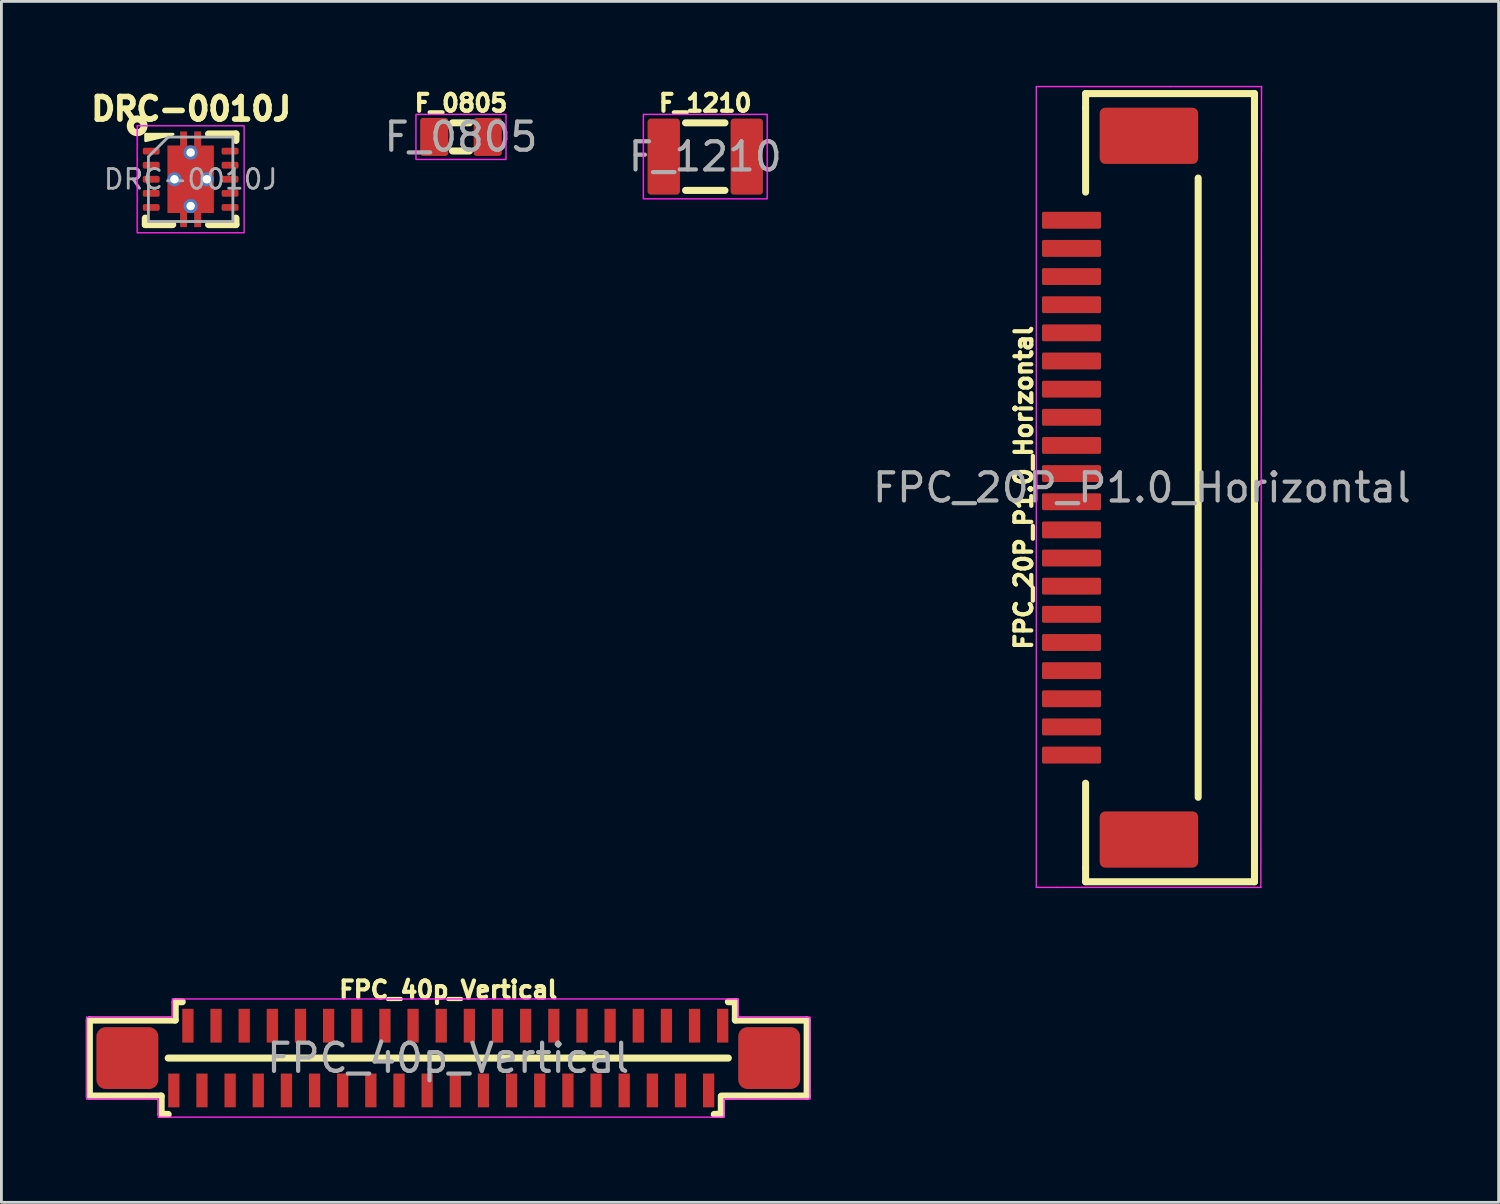
<source format=kicad_pcb>
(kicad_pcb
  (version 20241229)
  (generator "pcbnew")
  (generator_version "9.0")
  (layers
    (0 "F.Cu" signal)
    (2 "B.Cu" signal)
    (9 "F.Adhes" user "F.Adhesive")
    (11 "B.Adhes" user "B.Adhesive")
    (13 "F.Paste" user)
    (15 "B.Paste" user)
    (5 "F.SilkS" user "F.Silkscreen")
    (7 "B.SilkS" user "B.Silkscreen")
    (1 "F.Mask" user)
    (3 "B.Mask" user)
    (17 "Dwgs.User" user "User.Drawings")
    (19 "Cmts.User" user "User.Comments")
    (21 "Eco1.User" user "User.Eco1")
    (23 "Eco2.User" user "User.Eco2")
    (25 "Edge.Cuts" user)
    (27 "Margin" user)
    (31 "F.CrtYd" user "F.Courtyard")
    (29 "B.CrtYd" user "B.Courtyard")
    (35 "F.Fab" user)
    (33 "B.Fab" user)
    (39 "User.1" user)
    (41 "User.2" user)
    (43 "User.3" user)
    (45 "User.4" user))
  (footprint "DRC-0010J"
    (layer "F.Cu")
    (at 3.723 3.319)
    (property "Reference" "DRC-0010J" (at 0.02 -2.5 0) (layer "F.SilkS") (effects (font (size 0.8 0.8) (thickness 0.2) (bold yes))))
    (attr smd)
    (fp_line (start -1.61 1.38) (end -1.61 1.61) (stroke (width 0.25) (type solid)) (layer "F.SilkS"))
    (fp_line (start -1.61 1.61) (end -0.635 1.61) (stroke (width 0.25) (type solid)) (layer "F.SilkS"))
    (fp_line (start 0.635 -1.61) (end 1.61 -1.61) (stroke (width 0.25) (type solid)) (layer "F.SilkS"))
    (fp_line (start 0.635 1.61) (end 1.61 1.61) (stroke (width 0.25) (type solid)) (layer "F.SilkS"))
    (fp_line (start 1.61 -1.61) (end 1.61 -1.38) (stroke (width 0.25) (type solid)) (layer "F.SilkS"))
    (fp_line (start 1.61 1.38) (end 1.61 1.61) (stroke (width 0.25) (type solid)) (layer "F.SilkS"))
    (fp_circle (center -1.9 -1.9) (end -1.9 -1.78) (stroke (width 0.25) (type solid)) (fill no) (layer "F.SilkS"))
    (fp_poly (pts (xy -0.625 -1.6) (xy -1.6 -1.6) (xy -1.6 -1.37)) (stroke (width 0.1) (type solid)) (fill yes) (layer "F.SilkS"))
    (fp_rect (start -1.9 -1.9) (end 1.9 1.9) (stroke (width 0.05) (type default)) (fill no) (layer "F.CrtYd"))
    (fp_line (start -1.5 -0.8) (end -1.5 1.5) (stroke (width 0.1) (type solid)) (layer "F.Fab"))
    (fp_line (start -1.5 -0.8) (end -0.8 -1.5) (stroke (width 0.1) (type solid)) (layer "F.Fab"))
    (fp_line (start -1.5 1.5) (end 1.5 1.5) (stroke (width 0.1) (type solid)) (layer "F.Fab"))
    (fp_line (start -0.8 -1.5) (end 1.5 -1.5) (stroke (width 0.1) (type solid)) (layer "F.Fab"))
    (fp_line (start 1.5 -1.5) (end 1.5 1.5) (stroke (width 0.1) (type solid)) (layer "F.Fab"))
    (fp_text user "${REFERENCE}" (at 0 0 0) (layer "F.Fab") (effects (font (size 0.7 0.7) (thickness 0.1))))
    (pad "" smd roundrect (at -0.25 -1.53) (size 0.25 0.34) (layers "F.Paste") (roundrect_rratio 0.1))
    (pad "" smd roundrect (at -0.25 1.53) (size 0.25 0.34) (layers "F.Paste") (roundrect_rratio 0.1))
    (pad "" smd roundrect (at 0 -0.63) (size 1.5 1.06) (layers "F.Paste") (roundrect_rratio 0.1))
    (pad "" smd roundrect (at 0 0.63) (size 1.5 1.06) (layers "F.Paste") (roundrect_rratio 0.1))
    (pad "" smd roundrect (at 0.25 -1.53) (size 0.25 0.34) (layers "F.Paste") (roundrect_rratio 0.1))
    (pad "" smd roundrect (at 0.25 1.53) (size 0.25 0.34) (layers "F.Paste") (roundrect_rratio 0.1))
    (pad "1" smd roundrect (at -1.4 -1) (size 0.6 0.24) (layers "F.Cu" "F.Mask" "F.Paste") (roundrect_rratio 0.25))
    (pad "2" smd roundrect (at -1.4 -0.5) (size 0.6 0.24) (layers "F.Cu" "F.Mask" "F.Paste") (roundrect_rratio 0.25))
    (pad "3" smd roundrect (at -1.4 0) (size 0.6 0.24) (layers "F.Cu" "F.Mask" "F.Paste") (roundrect_rratio 0.25))
    (pad "4" smd roundrect (at -1.4 0.5) (size 0.6 0.24) (layers "F.Cu" "F.Mask" "F.Paste") (roundrect_rratio 0.25))
    (pad "5" smd roundrect (at -1.4 1) (size 0.6 0.24) (layers "F.Cu" "F.Mask" "F.Paste") (roundrect_rratio 0.25))
    (pad "6" smd roundrect (at 1.4 1) (size 0.6 0.24) (layers "F.Cu" "F.Mask" "F.Paste") (roundrect_rratio 0.25))
    (pad "7" smd roundrect (at 1.4 0.5) (size 0.6 0.24) (layers "F.Cu" "F.Mask" "F.Paste") (roundrect_rratio 0.25))
    (pad "8" smd roundrect (at 1.4 0) (size 0.6 0.24) (layers "F.Cu" "F.Mask" "F.Paste") (roundrect_rratio 0.25))
    (pad "9" smd roundrect (at 1.4 -0.5) (size 0.6 0.24) (layers "F.Cu" "F.Mask" "F.Paste") (roundrect_rratio 0.25))
    (pad "10" smd roundrect (at 1.4 -1) (size 0.6 0.24) (layers "F.Cu" "F.Mask" "F.Paste") (roundrect_rratio 0.25))
    (pad "11" thru_hole circle (at -0.575 0) (size 0.5 0.5) (drill 0.3) (layers "*.Cu"))
    (pad "11" thru_hole circle (at 0 -0.95) (size 0.5 0.5) (drill 0.3) (layers "*.Cu"))
    (pad "11" smd custom (at 0 0) (size 1.65 2.4) (layers "F.Cu" "F.Mask") (options (anchor rect)) (primitives (gr_poly (pts (xy -0.125 -1.1) (xy 0.125 -1.1) (xy 0.125 -1.7) (xy 0.375 -1.7) (xy 0.375 1.7) (xy 0.125 1.7) (xy 0.125 1.1) (xy -0.125 1.1) (xy -0.125 1.7) (xy -0.375 1.7) (xy -0.375 -1.7) (xy -0.125 -1.7)) (width 0) (fill yes))))
    (pad "11" thru_hole circle (at 0 0.95) (size 0.5 0.5) (drill 0.3) (layers "*.Cu"))
    (pad "11" thru_hole circle (at 0.575 0) (size 0.5 0.5) (drill 0.3) (layers "*.Cu")))
  (footprint "F_0805"
    (layer "F.Cu")
    (at 13.327 1.814)
    (property "Reference" "F_0805" (at 0 -1.2 0) (unlocked yes) (layer "F.SilkS") (effects (font (size 0.6 0.6) (thickness 0.15) (bold yes))))
    (attr smd)
    (fp_line (start -0.3 -0.5) (end 0.3 -0.5) (stroke (width 0.25) (type default)) (layer "F.SilkS"))
    (fp_line (start -0.3 0.5) (end 0.3 0.5) (stroke (width 0.25) (type default)) (layer "F.SilkS"))
    (fp_rect (start -1.6 -0.8) (end 1.6 0.8) (stroke (width 0.05) (type default)) (fill no) (layer "F.CrtYd"))
    (fp_text user "${REFERENCE}" (at 0 0 0) (unlocked yes) (layer "F.Fab") (effects (font (size 1 1) (thickness 0.15))))
    (pad "1" smd roundrect (at -0.95 0) (size 1 1.35) (layers "F.Cu" "F.Mask" "F.Paste") (roundrect_rratio 0.1))
    (pad "2" smd roundrect (at 0.95 0) (size 1 1.35) (layers "F.Cu" "F.Mask" "F.Paste") (roundrect_rratio 0.1)))
  (footprint "F_1210"
    (layer "F.Cu")
    (at 22.005 2.514)
    (property "Reference" "F_1210" (at 0 -1.9 0) (unlocked yes) (layer "F.SilkS") (effects (font (size 0.6 0.6) (thickness 0.15) (bold yes))))
    (attr smd)
    (fp_line (start -0.7 -1.2) (end 0.7 -1.2) (stroke (width 0.25) (type default)) (layer "F.SilkS"))
    (fp_line (start -0.7 1.2) (end 0.7 1.2) (stroke (width 0.25) (type default)) (layer "F.SilkS"))
    (fp_rect (start -2.2 -1.5) (end 2.2 1.5) (stroke (width 0.05) (type default)) (fill no) (layer "F.CrtYd"))
    (fp_text user "${REFERENCE}" (at 0 0 0) (unlocked yes) (layer "F.Fab") (effects (font (size 1 1) (thickness 0.15))))
    (pad "1" smd roundrect (at -1.475 0) (size 1.15 2.7) (layers "F.Cu" "F.Mask" "F.Paste") (roundrect_rratio 0.1))
    (pad "2" smd roundrect (at 1.475 0) (size 1.15 2.7) (layers "F.Cu" "F.Mask" "F.Paste") (roundrect_rratio 0.1)))
  (footprint "FPC_40p_Vertical"
    (layer "F.Cu")
    (at 12.875 34.539)
    (property "Reference" "FPC_40p_Vertical" (at 0 -2.425 0) (unlocked yes) (layer "F.SilkS") (effects (font (size 0.6 0.6) (thickness 0.15))))
    (attr smd)
    (fp_line (start -12.75 -1.35) (end -9.7 -1.35) (stroke (width 0.25) (type solid)) (layer "F.SilkS"))
    (fp_line (start -12.75 1.35) (end -12.75 -1.35) (stroke (width 0.25) (type solid)) (layer "F.SilkS"))
    (fp_line (start -10.2 1.35) (end -12.75 1.35) (stroke (width 0.25) (type solid)) (layer "F.SilkS"))
    (fp_line (start -10.2 2) (end -10.2 1.35) (stroke (width 0.25) (type solid)) (layer "F.SilkS"))
    (fp_line (start -10.2 2) (end -9.95 2) (stroke (width 0.25) (type solid)) (layer "F.SilkS"))
    (fp_line (start -9.95 0) (end 9.95 0) (stroke (width 0.25) (type solid)) (layer "F.SilkS"))
    (fp_line (start -9.7 -2) (end -9.45 -2) (stroke (width 0.25) (type solid)) (layer "F.SilkS"))
    (fp_line (start -9.7 -1.35) (end -9.7 -2) (stroke (width 0.25) (type solid)) (layer "F.SilkS"))
    (fp_line (start 9.7 1.35) (end 12.75 1.35) (stroke (width 0.25) (type solid)) (layer "F.SilkS"))
    (fp_line (start 9.7 1.4) (end 9.7 1.35) (stroke (width 0.12) (type solid)) (layer "F.SilkS"))
    (fp_line (start 9.7 2) (end 9.45 2) (stroke (width 0.25) (type solid)) (layer "F.SilkS"))
    (fp_line (start 9.7 2) (end 9.7 1.4) (stroke (width 0.25) (type solid)) (layer "F.SilkS"))
    (fp_line (start 10.2 -2) (end 9.95 -2) (stroke (width 0.25) (type solid)) (layer "F.SilkS"))
    (fp_line (start 10.2 -1.35) (end 10.2 -2) (stroke (width 0.25) (type solid)) (layer "F.SilkS"))
    (fp_line (start 12.75 -1.35) (end 10.2 -1.35) (stroke (width 0.25) (type solid)) (layer "F.SilkS"))
    (fp_line (start 12.75 1.35) (end 12.75 -1.35) (stroke (width 0.25) (type solid)) (layer "F.SilkS"))
    (fp_line (start -12.85 -1.45) (end -9.8 -1.45) (stroke (width 0.05) (type solid)) (layer "F.CrtYd"))
    (fp_line (start -12.85 1.45) (end -12.85 -1.45) (stroke (width 0.05) (type solid)) (layer "F.CrtYd"))
    (fp_line (start -10.3 1.45) (end -12.85 1.45) (stroke (width 0.05) (type solid)) (layer "F.CrtYd"))
    (fp_line (start -10.3 2.1) (end -10.3 1.45) (stroke (width 0.05) (type solid)) (layer "F.CrtYd"))
    (fp_line (start -9.8 -2.1) (end 10.3 -2.1) (stroke (width 0.05) (type solid)) (layer "F.CrtYd"))
    (fp_line (start -9.8 -1.45) (end -9.8 -2.1) (stroke (width 0.05) (type solid)) (layer "F.CrtYd"))
    (fp_line (start 9.8 1.45) (end 9.8 2.1) (stroke (width 0.05) (type solid)) (layer "F.CrtYd"))
    (fp_line (start 9.8 2.1) (end -10.3 2.1) (stroke (width 0.05) (type solid)) (layer "F.CrtYd"))
    (fp_line (start 10.3 -2.1) (end 10.3 -1.45) (stroke (width 0.05) (type solid)) (layer "F.CrtYd"))
    (fp_line (start 10.3 -1.45) (end 12.85 -1.45) (stroke (width 0.05) (type solid)) (layer "F.CrtYd"))
    (fp_line (start 12.85 -1.45) (end 12.85 1.45) (stroke (width 0.05) (type solid)) (layer "F.CrtYd"))
    (fp_line (start 12.85 1.45) (end 9.8 1.45) (stroke (width 0.05) (type solid)) (layer "F.CrtYd"))
    (fp_text user "${REFERENCE}" (at 0 0 0) (unlocked yes) (layer "F.Fab") (effects (font (size 1 1) (thickness 0.15))))
    (pad "1" smd rect (at -9.75 1.15 90) (size 1.2 0.4) (layers "F.Cu" "F.Mask" "F.Paste"))
    (pad "2" smd rect (at -9.25 -1.15 90) (size 1.2 0.4) (layers "F.Cu" "F.Mask" "F.Paste"))
    (pad "3" smd rect (at -8.75 1.15 90) (size 1.2 0.4) (layers "F.Cu" "F.Mask" "F.Paste"))
    (pad "4" smd rect (at -8.25 -1.15 90) (size 1.2 0.4) (layers "F.Cu" "F.Mask" "F.Paste"))
    (pad "5" smd rect (at -7.75 1.15 90) (size 1.2 0.4) (layers "F.Cu" "F.Mask" "F.Paste"))
    (pad "6" smd rect (at -7.25 -1.15 90) (size 1.2 0.4) (layers "F.Cu" "F.Mask" "F.Paste"))
    (pad "7" smd rect (at -6.75 1.15 90) (size 1.2 0.4) (layers "F.Cu" "F.Mask" "F.Paste"))
    (pad "8" smd rect (at -6.25 -1.15 90) (size 1.2 0.4) (layers "F.Cu" "F.Mask" "F.Paste"))
    (pad "9" smd rect (at -5.75 1.15 90) (size 1.2 0.4) (layers "F.Cu" "F.Mask" "F.Paste"))
    (pad "10" smd rect (at -5.25 -1.15 90) (size 1.2 0.4) (layers "F.Cu" "F.Mask" "F.Paste"))
    (pad "11" smd rect (at -4.75 1.15 90) (size 1.2 0.4) (layers "F.Cu" "F.Mask" "F.Paste"))
    (pad "12" smd rect (at -4.25 -1.15 90) (size 1.2 0.4) (layers "F.Cu" "F.Mask" "F.Paste"))
    (pad "13" smd rect (at -3.75 1.15 90) (size 1.2 0.4) (layers "F.Cu" "F.Mask" "F.Paste"))
    (pad "14" smd rect (at -3.25 -1.15 90) (size 1.2 0.4) (layers "F.Cu" "F.Mask" "F.Paste"))
    (pad "15" smd rect (at -2.75 1.15 90) (size 1.2 0.4) (layers "F.Cu" "F.Mask" "F.Paste"))
    (pad "16" smd rect (at -2.25 -1.15 90) (size 1.2 0.4) (layers "F.Cu" "F.Mask" "F.Paste"))
    (pad "17" smd rect (at -1.75 1.15 90) (size 1.2 0.4) (layers "F.Cu" "F.Mask" "F.Paste"))
    (pad "18" smd rect (at -1.25 -1.15 90) (size 1.2 0.4) (layers "F.Cu" "F.Mask" "F.Paste"))
    (pad "19" smd rect (at -0.75 1.15 90) (size 1.2 0.4) (layers "F.Cu" "F.Mask" "F.Paste"))
    (pad "20" smd rect (at -0.25 -1.15 90) (size 1.2 0.4) (layers "F.Cu" "F.Mask" "F.Paste"))
    (pad "21" smd rect (at 0.25 1.15 90) (size 1.2 0.4) (layers "F.Cu" "F.Mask" "F.Paste"))
    (pad "22" smd rect (at 0.75 -1.15 90) (size 1.2 0.4) (layers "F.Cu" "F.Mask" "F.Paste"))
    (pad "23" smd rect (at 1.25 1.15 90) (size 1.2 0.4) (layers "F.Cu" "F.Mask" "F.Paste"))
    (pad "24" smd rect (at 1.75 -1.15 90) (size 1.2 0.4) (layers "F.Cu" "F.Mask" "F.Paste"))
    (pad "25" smd rect (at 2.25 1.15 90) (size 1.2 0.4) (layers "F.Cu" "F.Mask" "F.Paste"))
    (pad "26" smd rect (at 2.75 -1.15 90) (size 1.2 0.4) (layers "F.Cu" "F.Mask" "F.Paste"))
    (pad "27" smd rect (at 3.25 1.15 90) (size 1.2 0.4) (layers "F.Cu" "F.Mask" "F.Paste"))
    (pad "28" smd rect (at 3.75 -1.15 90) (size 1.2 0.4) (layers "F.Cu" "F.Mask" "F.Paste"))
    (pad "29" smd rect (at 4.25 1.15 90) (size 1.2 0.4) (layers "F.Cu" "F.Mask" "F.Paste"))
    (pad "30" smd rect (at 4.75 -1.15 90) (size 1.2 0.4) (layers "F.Cu" "F.Mask" "F.Paste"))
    (pad "31" smd rect (at 5.25 1.15 90) (size 1.2 0.4) (layers "F.Cu" "F.Mask" "F.Paste"))
    (pad "32" smd rect (at 5.75 -1.15 90) (size 1.2 0.4) (layers "F.Cu" "F.Mask" "F.Paste"))
    (pad "33" smd rect (at 6.25 1.15 90) (size 1.2 0.4) (layers "F.Cu" "F.Mask" "F.Paste"))
    (pad "34" smd rect (at 6.75 -1.15 90) (size 1.2 0.4) (layers "F.Cu" "F.Mask" "F.Paste"))
    (pad "35" smd rect (at 7.25 1.15 90) (size 1.2 0.4) (layers "F.Cu" "F.Mask" "F.Paste"))
    (pad "36" smd rect (at 7.75 -1.15 90) (size 1.2 0.4) (layers "F.Cu" "F.Mask" "F.Paste"))
    (pad "37" smd rect (at 8.25 1.15 90) (size 1.2 0.4) (layers "F.Cu" "F.Mask" "F.Paste"))
    (pad "38" smd rect (at 8.75 -1.15 90) (size 1.2 0.4) (layers "F.Cu" "F.Mask" "F.Paste"))
    (pad "39" smd rect (at 9.25 1.15 90) (size 1.2 0.4) (layers "F.Cu" "F.Mask" "F.Paste"))
    (pad "40" smd rect (at 9.75 -1.15 90) (size 1.2 0.4) (layers "F.Cu" "F.Mask" "F.Paste"))
    (pad "41" smd roundrect (at -11.4 0 90) (size 2.2 2.2) (layers "F.Cu" "F.Mask" "F.Paste") (roundrect_rratio 0.15))
    (pad "42" smd roundrect (at 11.4 0 90) (size 2.2 2.2) (layers "F.Cu" "F.Mask" "F.Paste") (roundrect_rratio 0.15)))
  (footprint "FPC_20P_P1.0_Horizontal"
    (layer "F.Cu")
    (at 37.517 14.275)
    (property "Reference" "FPC_20P_P1.0_Horizontal" (at -4.2 0 90) (unlocked yes) (layer "F.SilkS") (effects (font (size 0.6 0.6) (thickness 0.15) (bold yes))))
    (attr smd)
    (fp_line (start -2 -14) (end -2 -13.5) (stroke (width 0.25) (type default)) (layer "F.SilkS"))
    (fp_line (start -2 -10.5) (end -2 -13.5) (stroke (width 0.25) (type default)) (layer "F.SilkS"))
    (fp_line (start -2 10.5) (end -2 13.5) (stroke (width 0.25) (type default)) (layer "F.SilkS"))
    (fp_line (start -2 14) (end -2 13.5) (stroke (width 0.25) (type default)) (layer "F.SilkS"))
    (fp_line (start 2 -11) (end 2 11) (stroke (width 0.25) (type default)) (layer "F.SilkS"))
    (fp_line (start 4 -14) (end -2 -14) (stroke (width 0.25) (type default)) (layer "F.SilkS"))
    (fp_line (start 4 -13.5) (end 4 -14) (stroke (width 0.25) (type default)) (layer "F.SilkS"))
    (fp_line (start 4 -13.5) (end 4 5.5) (stroke (width 0.25) (type default)) (layer "F.SilkS"))
    (fp_line (start 4 5.5) (end 4 14) (stroke (width 0.25) (type default)) (layer "F.SilkS"))
    (fp_line (start 4 14) (end -2 14) (stroke (width 0.25) (type default)) (layer "F.SilkS"))
    (fp_line (start -3.75 -14.25) (end 1 -14.25) (stroke (width 0.05) (type default)) (layer "F.CrtYd"))
    (fp_line (start -3.75 14.2) (end -3.75 -14.25) (stroke (width 0.05) (type default)) (layer "F.CrtYd"))
    (fp_line (start -3.025 14.2) (end -3.75 14.2) (stroke (width 0.05) (type default)) (layer "F.CrtYd"))
    (fp_line (start 1 -14.25) (end 4.25 -14.25) (stroke (width 0.05) (type default)) (layer "F.CrtYd"))
    (fp_line (start 4.225 14.2) (end -3.025 14.2) (stroke (width 0.05) (type default)) (layer "F.CrtYd"))
    (fp_line (start 4.25 -14.25) (end 4.225 14.2) (stroke (width 0.05) (type default)) (layer "F.CrtYd"))
    (fp_text user "${REFERENCE}" (at 0 0 0) (unlocked yes) (layer "F.Fab") (effects (font (size 1 1) (thickness 0.15))))
    (pad "1" smd roundrect (at -2.5 -9.5) (size 2.1 0.6) (layers "F.Cu" "F.Mask" "F.Paste") (roundrect_rratio 0.1))
    (pad "2" smd roundrect (at -2.5 -8.5) (size 2.1 0.6) (layers "F.Cu" "F.Mask" "F.Paste") (roundrect_rratio 0.1))
    (pad "3" smd roundrect (at -2.5 -7.5) (size 2.1 0.6) (layers "F.Cu" "F.Mask" "F.Paste") (roundrect_rratio 0.1))
    (pad "4" smd roundrect (at -2.5 -6.5) (size 2.1 0.6) (layers "F.Cu" "F.Mask" "F.Paste") (roundrect_rratio 0.1))
    (pad "5" smd roundrect (at -2.5 -5.5) (size 2.1 0.6) (layers "F.Cu" "F.Mask" "F.Paste") (roundrect_rratio 0.1))
    (pad "6" smd roundrect (at -2.5 -4.5) (size 2.1 0.6) (layers "F.Cu" "F.Mask" "F.Paste") (roundrect_rratio 0.1))
    (pad "7" smd roundrect (at -2.5 -3.5) (size 2.1 0.6) (layers "F.Cu" "F.Mask" "F.Paste") (roundrect_rratio 0.1))
    (pad "8" smd roundrect (at -2.5 -2.5) (size 2.1 0.6) (layers "F.Cu" "F.Mask" "F.Paste") (roundrect_rratio 0.1))
    (pad "9" smd roundrect (at -2.5 -1.5) (size 2.1 0.6) (layers "F.Cu" "F.Mask" "F.Paste") (roundrect_rratio 0.1))
    (pad "10" smd roundrect (at -2.5 -0.5) (size 2.1 0.6) (layers "F.Cu" "F.Mask" "F.Paste") (roundrect_rratio 0.1))
    (pad "11" smd roundrect (at -2.5 0.5) (size 2.1 0.6) (layers "F.Cu" "F.Mask" "F.Paste") (roundrect_rratio 0.1))
    (pad "12" smd roundrect (at -2.5 1.5) (size 2.1 0.6) (layers "F.Cu" "F.Mask" "F.Paste") (roundrect_rratio 0.1))
    (pad "13" smd roundrect (at -2.5 2.5) (size 2.1 0.6) (layers "F.Cu" "F.Mask" "F.Paste") (roundrect_rratio 0.1))
    (pad "14" smd roundrect (at -2.5 3.5) (size 2.1 0.6) (layers "F.Cu" "F.Mask" "F.Paste") (roundrect_rratio 0.1))
    (pad "15" smd roundrect (at -2.5 4.5) (size 2.1 0.6) (layers "F.Cu" "F.Mask" "F.Paste") (roundrect_rratio 0.1))
    (pad "16" smd roundrect (at -2.5 5.5) (size 2.1 0.6) (layers "F.Cu" "F.Mask" "F.Paste") (roundrect_rratio 0.1))
    (pad "17" smd roundrect (at -2.5 6.5) (size 2.1 0.6) (layers "F.Cu" "F.Mask" "F.Paste") (roundrect_rratio 0.1))
    (pad "18" smd roundrect (at -2.5 7.5) (size 2.1 0.6) (layers "F.Cu" "F.Mask" "F.Paste") (roundrect_rratio 0.1))
    (pad "19" smd roundrect (at -2.5 8.5) (size 2.1 0.6) (layers "F.Cu" "F.Mask" "F.Paste") (roundrect_rratio 0.1))
    (pad "20" smd roundrect (at -2.5 9.5) (size 2.1 0.6) (layers "F.Cu" "F.Mask" "F.Paste") (roundrect_rratio 0.1))
    (pad "S" smd roundrect (at 0.25 -12.5) (size 3.5 2) (layers "F.Cu" "F.Mask" "F.Paste") (roundrect_rratio 0.1))
    (pad "S" smd roundrect (at 0.25 12.5) (size 3.5 2) (layers "F.Cu" "F.Mask" "F.Paste") (roundrect_rratio 0.1)))
  (gr_rect
    (start -3 -3)
    (end 50.19 39.664)
    (stroke (width 0.1) (type default))
    (fill no)
    (layer "Edge.Cuts")))
</source>
